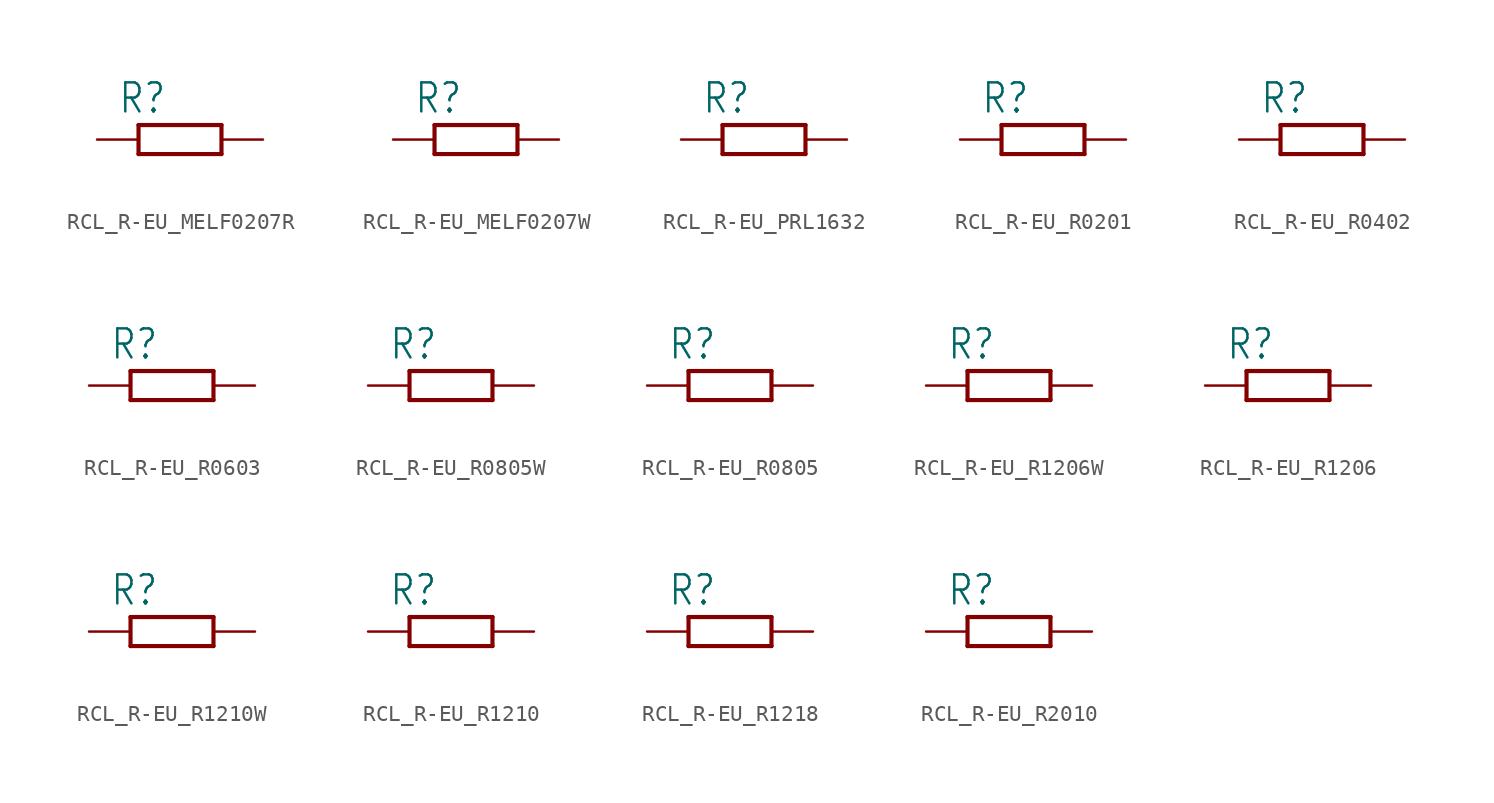
<source format=kicad_sym>
(kicad_symbol_lib
  (version 20241209)
  (generator "kicad_symbol_editor")
  (generator_version "9.0")
  (symbol "RCL_R-EU_MELF0207R"
    (property "Reference" "R"
      (at -3.81 1.499 0)
      (effects (font (size 1.778 1.511)) (justify left bottom)))
    (property "Value" ""
      (at -3.81 -3.302 0)
      (effects (font (size 1.778 1.511)) (justify left bottom)))
    (property "ki_locked" ""
      (at 0 0 0)
      (effects (font (size 1.27 1.27))))
    (symbol "RCL_R-EU_MELF0207R_1_0"
      (polyline (pts (xy -2.54 -0.889) (xy -2.54 0.889)) (stroke (width 0.254) (type solid)) (fill (type none)))
      (polyline (pts (xy -2.54 -0.889) (xy 2.54 -0.889)) (stroke (width 0.254) (type solid)) (fill (type none)))
      (polyline (pts (xy 2.54 0.889) (xy -2.54 0.889)) (stroke (width 0.254) (type solid)) (fill (type none)))
      (polyline (pts (xy 2.54 -0.889) (xy 2.54 0.889)) (stroke (width 0.254) (type solid)) (fill (type none)))
      (pin passive line (at -5.08 0 0) (length 2.54) (name "1" (effects (font (size 0 0)))) (number "1" (effects (font (size 0 0)))))
      (pin passive line (at 5.08 0 180) (length 2.54) (name "2" (effects (font (size 0 0)))) (number "2" (effects (font (size 0 0)))))))
  (symbol "RCL_R-EU_MELF0207W"
    (property "Reference" "R"
      (at -3.81 1.499 0)
      (effects (font (size 1.778 1.511)) (justify left bottom)))
    (property "Value" ""
      (at -3.81 -3.302 0)
      (effects (font (size 1.778 1.511)) (justify left bottom)))
    (property "ki_locked" ""
      (at 0 0 0)
      (effects (font (size 1.27 1.27))))
    (symbol "RCL_R-EU_MELF0207W_1_0"
      (polyline (pts (xy -2.54 -0.889) (xy -2.54 0.889)) (stroke (width 0.254) (type solid)) (fill (type none)))
      (polyline (pts (xy -2.54 -0.889) (xy 2.54 -0.889)) (stroke (width 0.254) (type solid)) (fill (type none)))
      (polyline (pts (xy 2.54 0.889) (xy -2.54 0.889)) (stroke (width 0.254) (type solid)) (fill (type none)))
      (polyline (pts (xy 2.54 -0.889) (xy 2.54 0.889)) (stroke (width 0.254) (type solid)) (fill (type none)))
      (pin passive line (at -5.08 0 0) (length 2.54) (name "1" (effects (font (size 0 0)))) (number "1" (effects (font (size 0 0)))))
      (pin passive line (at 5.08 0 180) (length 2.54) (name "2" (effects (font (size 0 0)))) (number "2" (effects (font (size 0 0)))))))
  (symbol "RCL_R-EU_PRL1632"
    (property "Reference" "R"
      (at -3.81 1.499 0)
      (effects (font (size 1.778 1.511)) (justify left bottom)))
    (property "Value" ""
      (at -3.81 -3.302 0)
      (effects (font (size 1.778 1.511)) (justify left bottom)))
    (property "ki_locked" ""
      (at 0 0 0)
      (effects (font (size 1.27 1.27))))
    (symbol "RCL_R-EU_PRL1632_1_0"
      (polyline (pts (xy -2.54 -0.889) (xy -2.54 0.889)) (stroke (width 0.254) (type solid)) (fill (type none)))
      (polyline (pts (xy -2.54 -0.889) (xy 2.54 -0.889)) (stroke (width 0.254) (type solid)) (fill (type none)))
      (polyline (pts (xy 2.54 0.889) (xy -2.54 0.889)) (stroke (width 0.254) (type solid)) (fill (type none)))
      (polyline (pts (xy 2.54 -0.889) (xy 2.54 0.889)) (stroke (width 0.254) (type solid)) (fill (type none)))
      (pin passive line (at -5.08 0 0) (length 2.54) (name "1" (effects (font (size 0 0)))) (number "1" (effects (font (size 0 0)))))
      (pin passive line (at 5.08 0 180) (length 2.54) (name "2" (effects (font (size 0 0)))) (number "2" (effects (font (size 0 0)))))))
  (symbol "RCL_R-EU_R0201"
    (property "Reference" "R"
      (at -3.81 1.499 0)
      (effects (font (size 1.778 1.511)) (justify left bottom)))
    (property "Value" ""
      (at -3.81 -3.302 0)
      (effects (font (size 1.778 1.511)) (justify left bottom)))
    (property "ki_locked" ""
      (at 0 0 0)
      (effects (font (size 1.27 1.27))))
    (symbol "RCL_R-EU_R0201_1_0"
      (polyline (pts (xy -2.54 -0.889) (xy -2.54 0.889)) (stroke (width 0.254) (type solid)) (fill (type none)))
      (polyline (pts (xy -2.54 -0.889) (xy 2.54 -0.889)) (stroke (width 0.254) (type solid)) (fill (type none)))
      (polyline (pts (xy 2.54 0.889) (xy -2.54 0.889)) (stroke (width 0.254) (type solid)) (fill (type none)))
      (polyline (pts (xy 2.54 -0.889) (xy 2.54 0.889)) (stroke (width 0.254) (type solid)) (fill (type none)))
      (pin passive line (at -5.08 0 0) (length 2.54) (name "1" (effects (font (size 0 0)))) (number "1" (effects (font (size 0 0)))))
      (pin passive line (at 5.08 0 180) (length 2.54) (name "2" (effects (font (size 0 0)))) (number "2" (effects (font (size 0 0)))))))
  (symbol "RCL_R-EU_R0402"
    (property "Reference" "R"
      (at -3.81 1.499 0)
      (effects (font (size 1.778 1.511)) (justify left bottom)))
    (property "Value" ""
      (at -3.81 -3.302 0)
      (effects (font (size 1.778 1.511)) (justify left bottom)))
    (property "ki_locked" ""
      (at 0 0 0)
      (effects (font (size 1.27 1.27))))
    (symbol "RCL_R-EU_R0402_1_0"
      (polyline (pts (xy -2.54 -0.889) (xy -2.54 0.889)) (stroke (width 0.254) (type solid)) (fill (type none)))
      (polyline (pts (xy -2.54 -0.889) (xy 2.54 -0.889)) (stroke (width 0.254) (type solid)) (fill (type none)))
      (polyline (pts (xy 2.54 0.889) (xy -2.54 0.889)) (stroke (width 0.254) (type solid)) (fill (type none)))
      (polyline (pts (xy 2.54 -0.889) (xy 2.54 0.889)) (stroke (width 0.254) (type solid)) (fill (type none)))
      (pin passive line (at -5.08 0 0) (length 2.54) (name "1" (effects (font (size 0 0)))) (number "1" (effects (font (size 0 0)))))
      (pin passive line (at 5.08 0 180) (length 2.54) (name "2" (effects (font (size 0 0)))) (number "2" (effects (font (size 0 0)))))))
  (symbol "RCL_R-EU_R0603"
    (property "Reference" "R"
      (at -3.81 1.499 0)
      (effects (font (size 1.778 1.511)) (justify left bottom)))
    (property "Value" ""
      (at -3.81 -3.302 0)
      (effects (font (size 1.778 1.511)) (justify left bottom)))
    (property "ki_locked" ""
      (at 0 0 0)
      (effects (font (size 1.27 1.27))))
    (symbol "RCL_R-EU_R0603_1_0"
      (polyline (pts (xy -2.54 -0.889) (xy -2.54 0.889)) (stroke (width 0.254) (type solid)) (fill (type none)))
      (polyline (pts (xy -2.54 -0.889) (xy 2.54 -0.889)) (stroke (width 0.254) (type solid)) (fill (type none)))
      (polyline (pts (xy 2.54 0.889) (xy -2.54 0.889)) (stroke (width 0.254) (type solid)) (fill (type none)))
      (polyline (pts (xy 2.54 -0.889) (xy 2.54 0.889)) (stroke (width 0.254) (type solid)) (fill (type none)))
      (pin passive line (at -5.08 0 0) (length 2.54) (name "1" (effects (font (size 0 0)))) (number "1" (effects (font (size 0 0)))))
      (pin passive line (at 5.08 0 180) (length 2.54) (name "2" (effects (font (size 0 0)))) (number "2" (effects (font (size 0 0)))))))
  (symbol "RCL_R-EU_R0805W"
    (property "Reference" "R"
      (at -3.81 1.499 0)
      (effects (font (size 1.778 1.511)) (justify left bottom)))
    (property "Value" ""
      (at -3.81 -3.302 0)
      (effects (font (size 1.778 1.511)) (justify left bottom)))
    (property "ki_locked" ""
      (at 0 0 0)
      (effects (font (size 1.27 1.27))))
    (symbol "RCL_R-EU_R0805W_1_0"
      (polyline (pts (xy -2.54 -0.889) (xy -2.54 0.889)) (stroke (width 0.254) (type solid)) (fill (type none)))
      (polyline (pts (xy -2.54 -0.889) (xy 2.54 -0.889)) (stroke (width 0.254) (type solid)) (fill (type none)))
      (polyline (pts (xy 2.54 0.889) (xy -2.54 0.889)) (stroke (width 0.254) (type solid)) (fill (type none)))
      (polyline (pts (xy 2.54 -0.889) (xy 2.54 0.889)) (stroke (width 0.254) (type solid)) (fill (type none)))
      (pin passive line (at -5.08 0 0) (length 2.54) (name "1" (effects (font (size 0 0)))) (number "1" (effects (font (size 0 0)))))
      (pin passive line (at 5.08 0 180) (length 2.54) (name "2" (effects (font (size 0 0)))) (number "2" (effects (font (size 0 0)))))))
  (symbol "RCL_R-EU_R0805"
    (property "Reference" "R"
      (at -3.81 1.499 0)
      (effects (font (size 1.778 1.511)) (justify left bottom)))
    (property "Value" ""
      (at -3.81 -3.302 0)
      (effects (font (size 1.778 1.511)) (justify left bottom)))
    (property "ki_locked" ""
      (at 0 0 0)
      (effects (font (size 1.27 1.27))))
    (symbol "RCL_R-EU_R0805_1_0"
      (polyline (pts (xy -2.54 -0.889) (xy -2.54 0.889)) (stroke (width 0.254) (type solid)) (fill (type none)))
      (polyline (pts (xy -2.54 -0.889) (xy 2.54 -0.889)) (stroke (width 0.254) (type solid)) (fill (type none)))
      (polyline (pts (xy 2.54 0.889) (xy -2.54 0.889)) (stroke (width 0.254) (type solid)) (fill (type none)))
      (polyline (pts (xy 2.54 -0.889) (xy 2.54 0.889)) (stroke (width 0.254) (type solid)) (fill (type none)))
      (pin passive line (at -5.08 0 0) (length 2.54) (name "1" (effects (font (size 0 0)))) (number "1" (effects (font (size 0 0)))))
      (pin passive line (at 5.08 0 180) (length 2.54) (name "2" (effects (font (size 0 0)))) (number "2" (effects (font (size 0 0)))))))
  (symbol "RCL_R-EU_R1206W"
    (property "Reference" "R"
      (at -3.81 1.499 0)
      (effects (font (size 1.778 1.511)) (justify left bottom)))
    (property "Value" ""
      (at -3.81 -3.302 0)
      (effects (font (size 1.778 1.511)) (justify left bottom)))
    (property "ki_locked" ""
      (at 0 0 0)
      (effects (font (size 1.27 1.27))))
    (symbol "RCL_R-EU_R1206W_1_0"
      (polyline (pts (xy -2.54 -0.889) (xy -2.54 0.889)) (stroke (width 0.254) (type solid)) (fill (type none)))
      (polyline (pts (xy -2.54 -0.889) (xy 2.54 -0.889)) (stroke (width 0.254) (type solid)) (fill (type none)))
      (polyline (pts (xy 2.54 0.889) (xy -2.54 0.889)) (stroke (width 0.254) (type solid)) (fill (type none)))
      (polyline (pts (xy 2.54 -0.889) (xy 2.54 0.889)) (stroke (width 0.254) (type solid)) (fill (type none)))
      (pin passive line (at -5.08 0 0) (length 2.54) (name "1" (effects (font (size 0 0)))) (number "1" (effects (font (size 0 0)))))
      (pin passive line (at 5.08 0 180) (length 2.54) (name "2" (effects (font (size 0 0)))) (number "2" (effects (font (size 0 0)))))))
  (symbol "RCL_R-EU_R1206"
    (property "Reference" "R"
      (at -3.81 1.499 0)
      (effects (font (size 1.778 1.511)) (justify left bottom)))
    (property "Value" ""
      (at -3.81 -3.302 0)
      (effects (font (size 1.778 1.511)) (justify left bottom)))
    (property "ki_locked" ""
      (at 0 0 0)
      (effects (font (size 1.27 1.27))))
    (symbol "RCL_R-EU_R1206_1_0"
      (polyline (pts (xy -2.54 -0.889) (xy -2.54 0.889)) (stroke (width 0.254) (type solid)) (fill (type none)))
      (polyline (pts (xy -2.54 -0.889) (xy 2.54 -0.889)) (stroke (width 0.254) (type solid)) (fill (type none)))
      (polyline (pts (xy 2.54 0.889) (xy -2.54 0.889)) (stroke (width 0.254) (type solid)) (fill (type none)))
      (polyline (pts (xy 2.54 -0.889) (xy 2.54 0.889)) (stroke (width 0.254) (type solid)) (fill (type none)))
      (pin passive line (at -5.08 0 0) (length 2.54) (name "1" (effects (font (size 0 0)))) (number "1" (effects (font (size 0 0)))))
      (pin passive line (at 5.08 0 180) (length 2.54) (name "2" (effects (font (size 0 0)))) (number "2" (effects (font (size 0 0)))))))
  (symbol "RCL_R-EU_R1210W"
    (property "Reference" "R"
      (at -3.81 1.499 0)
      (effects (font (size 1.778 1.511)) (justify left bottom)))
    (property "Value" ""
      (at -3.81 -3.302 0)
      (effects (font (size 1.778 1.511)) (justify left bottom)))
    (property "ki_locked" ""
      (at 0 0 0)
      (effects (font (size 1.27 1.27))))
    (symbol "RCL_R-EU_R1210W_1_0"
      (polyline (pts (xy -2.54 -0.889) (xy -2.54 0.889)) (stroke (width 0.254) (type solid)) (fill (type none)))
      (polyline (pts (xy -2.54 -0.889) (xy 2.54 -0.889)) (stroke (width 0.254) (type solid)) (fill (type none)))
      (polyline (pts (xy 2.54 0.889) (xy -2.54 0.889)) (stroke (width 0.254) (type solid)) (fill (type none)))
      (polyline (pts (xy 2.54 -0.889) (xy 2.54 0.889)) (stroke (width 0.254) (type solid)) (fill (type none)))
      (pin passive line (at -5.08 0 0) (length 2.54) (name "1" (effects (font (size 0 0)))) (number "1" (effects (font (size 0 0)))))
      (pin passive line (at 5.08 0 180) (length 2.54) (name "2" (effects (font (size 0 0)))) (number "2" (effects (font (size 0 0)))))))
  (symbol "RCL_R-EU_R1210"
    (property "Reference" "R"
      (at -3.81 1.499 0)
      (effects (font (size 1.778 1.511)) (justify left bottom)))
    (property "Value" ""
      (at -3.81 -3.302 0)
      (effects (font (size 1.778 1.511)) (justify left bottom)))
    (property "ki_locked" ""
      (at 0 0 0)
      (effects (font (size 1.27 1.27))))
    (symbol "RCL_R-EU_R1210_1_0"
      (polyline (pts (xy -2.54 -0.889) (xy -2.54 0.889)) (stroke (width 0.254) (type solid)) (fill (type none)))
      (polyline (pts (xy -2.54 -0.889) (xy 2.54 -0.889)) (stroke (width 0.254) (type solid)) (fill (type none)))
      (polyline (pts (xy 2.54 0.889) (xy -2.54 0.889)) (stroke (width 0.254) (type solid)) (fill (type none)))
      (polyline (pts (xy 2.54 -0.889) (xy 2.54 0.889)) (stroke (width 0.254) (type solid)) (fill (type none)))
      (pin passive line (at -5.08 0 0) (length 2.54) (name "1" (effects (font (size 0 0)))) (number "1" (effects (font (size 0 0)))))
      (pin passive line (at 5.08 0 180) (length 2.54) (name "2" (effects (font (size 0 0)))) (number "2" (effects (font (size 0 0)))))))
  (symbol "RCL_R-EU_R1218"
    (property "Reference" "R"
      (at -3.81 1.499 0)
      (effects (font (size 1.778 1.511)) (justify left bottom)))
    (property "Value" ""
      (at -3.81 -3.302 0)
      (effects (font (size 1.778 1.511)) (justify left bottom)))
    (property "ki_locked" ""
      (at 0 0 0)
      (effects (font (size 1.27 1.27))))
    (symbol "RCL_R-EU_R1218_1_0"
      (polyline (pts (xy -2.54 -0.889) (xy -2.54 0.889)) (stroke (width 0.254) (type solid)) (fill (type none)))
      (polyline (pts (xy -2.54 -0.889) (xy 2.54 -0.889)) (stroke (width 0.254) (type solid)) (fill (type none)))
      (polyline (pts (xy 2.54 0.889) (xy -2.54 0.889)) (stroke (width 0.254) (type solid)) (fill (type none)))
      (polyline (pts (xy 2.54 -0.889) (xy 2.54 0.889)) (stroke (width 0.254) (type solid)) (fill (type none)))
      (pin passive line (at -5.08 0 0) (length 2.54) (name "1" (effects (font (size 0 0)))) (number "1" (effects (font (size 0 0)))))
      (pin passive line (at 5.08 0 180) (length 2.54) (name "2" (effects (font (size 0 0)))) (number "2" (effects (font (size 0 0)))))))
  (symbol "RCL_R-EU_R2010"
    (property "Reference" "R"
      (at -3.81 1.499 0)
      (effects (font (size 1.778 1.511)) (justify left bottom)))
    (property "Value" ""
      (at -3.81 -3.302 0)
      (effects (font (size 1.778 1.511)) (justify left bottom)))
    (property "ki_locked" ""
      (at 0 0 0)
      (effects (font (size 1.27 1.27))))
    (symbol "RCL_R-EU_R2010_1_0"
      (polyline (pts (xy -2.54 -0.889) (xy -2.54 0.889)) (stroke (width 0.254) (type solid)) (fill (type none)))
      (polyline (pts (xy -2.54 -0.889) (xy 2.54 -0.889)) (stroke (width 0.254) (type solid)) (fill (type none)))
      (polyline (pts (xy 2.54 0.889) (xy -2.54 0.889)) (stroke (width 0.254) (type solid)) (fill (type none)))
      (polyline (pts (xy 2.54 -0.889) (xy 2.54 0.889)) (stroke (width 0.254) (type solid)) (fill (type none)))
      (pin passive line (at -5.08 0 0) (length 2.54) (name "1" (effects (font (size 0 0)))) (number "1" (effects (font (size 0 0)))))
      (pin passive line (at 5.08 0 180) (length 2.54) (name "2" (effects (font (size 0 0)))) (number "2" (effects (font (size 0 0))))))))
</source>
